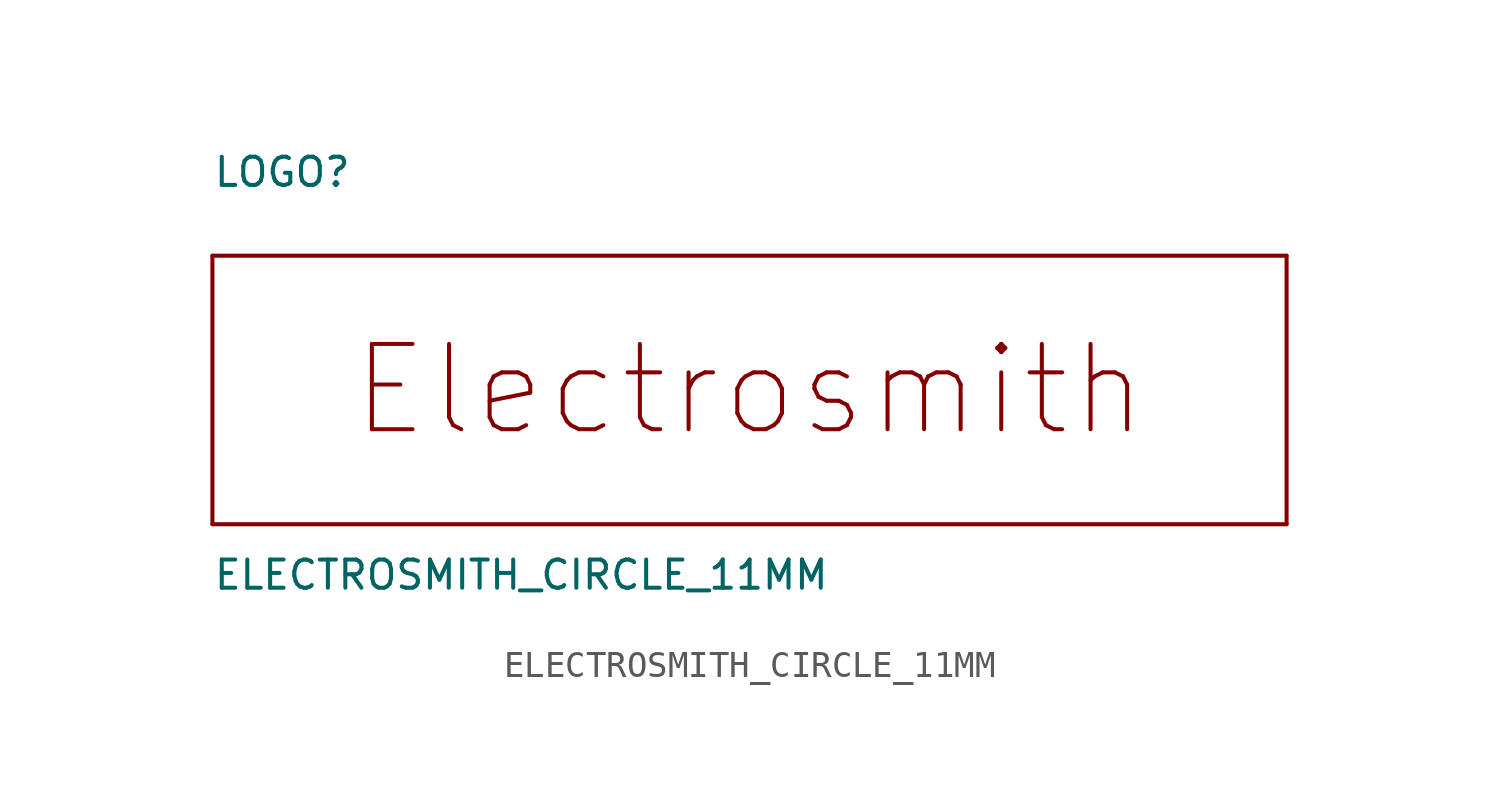
<source format=kicad_sym>
(kicad_symbol_lib
  (version 20211014)
  (generator kicad_symbol_editor)
  (symbol "ELECTROSMITH_CIRCLE_11MM"
    (pin_names
      (offset 1.016))
    (property "Reference" "LOGO"
      (at -20.32 7.62 0)
      (effects (font (size 1.067 1.067)) (justify left bottom)))
    (property "Value" "ELECTROSMITH_CIRCLE_11MM"
      (at -20.32 -7.62 0)
      (effects (font (size 1.067 1.067)) (justify left bottom)))
    (property "ki_locked" ""
      (at 0 0 0)
      (effects (font (size 1.27 1.27))))
    (symbol "ELECTROSMITH_CIRCLE_11MM_1_0"
      (polyline (pts (xy -20.32 -5.08) (xy -20.32 5.08)) (stroke (width 0) (type default) (color 0 0 0 0)) (fill (type none)))
      (polyline (pts (xy -20.32 5.08) (xy 20.32 5.08)) (stroke (width 0) (type default) (color 0 0 0 0)) (fill (type none)))
      (polyline (pts (xy 20.32 -5.08) (xy -20.32 -5.08)) (stroke (width 0) (type default) (color 0 0 0 0)) (fill (type none)))
      (polyline (pts (xy 20.32 5.08) (xy 20.32 -5.08)) (stroke (width 0) (type default) (color 0 0 0 0)) (fill (type none)))
      (text "Electrosmith" (at 0 0 0) (effects (font (size 3.226 3.226)))))))
</source>
